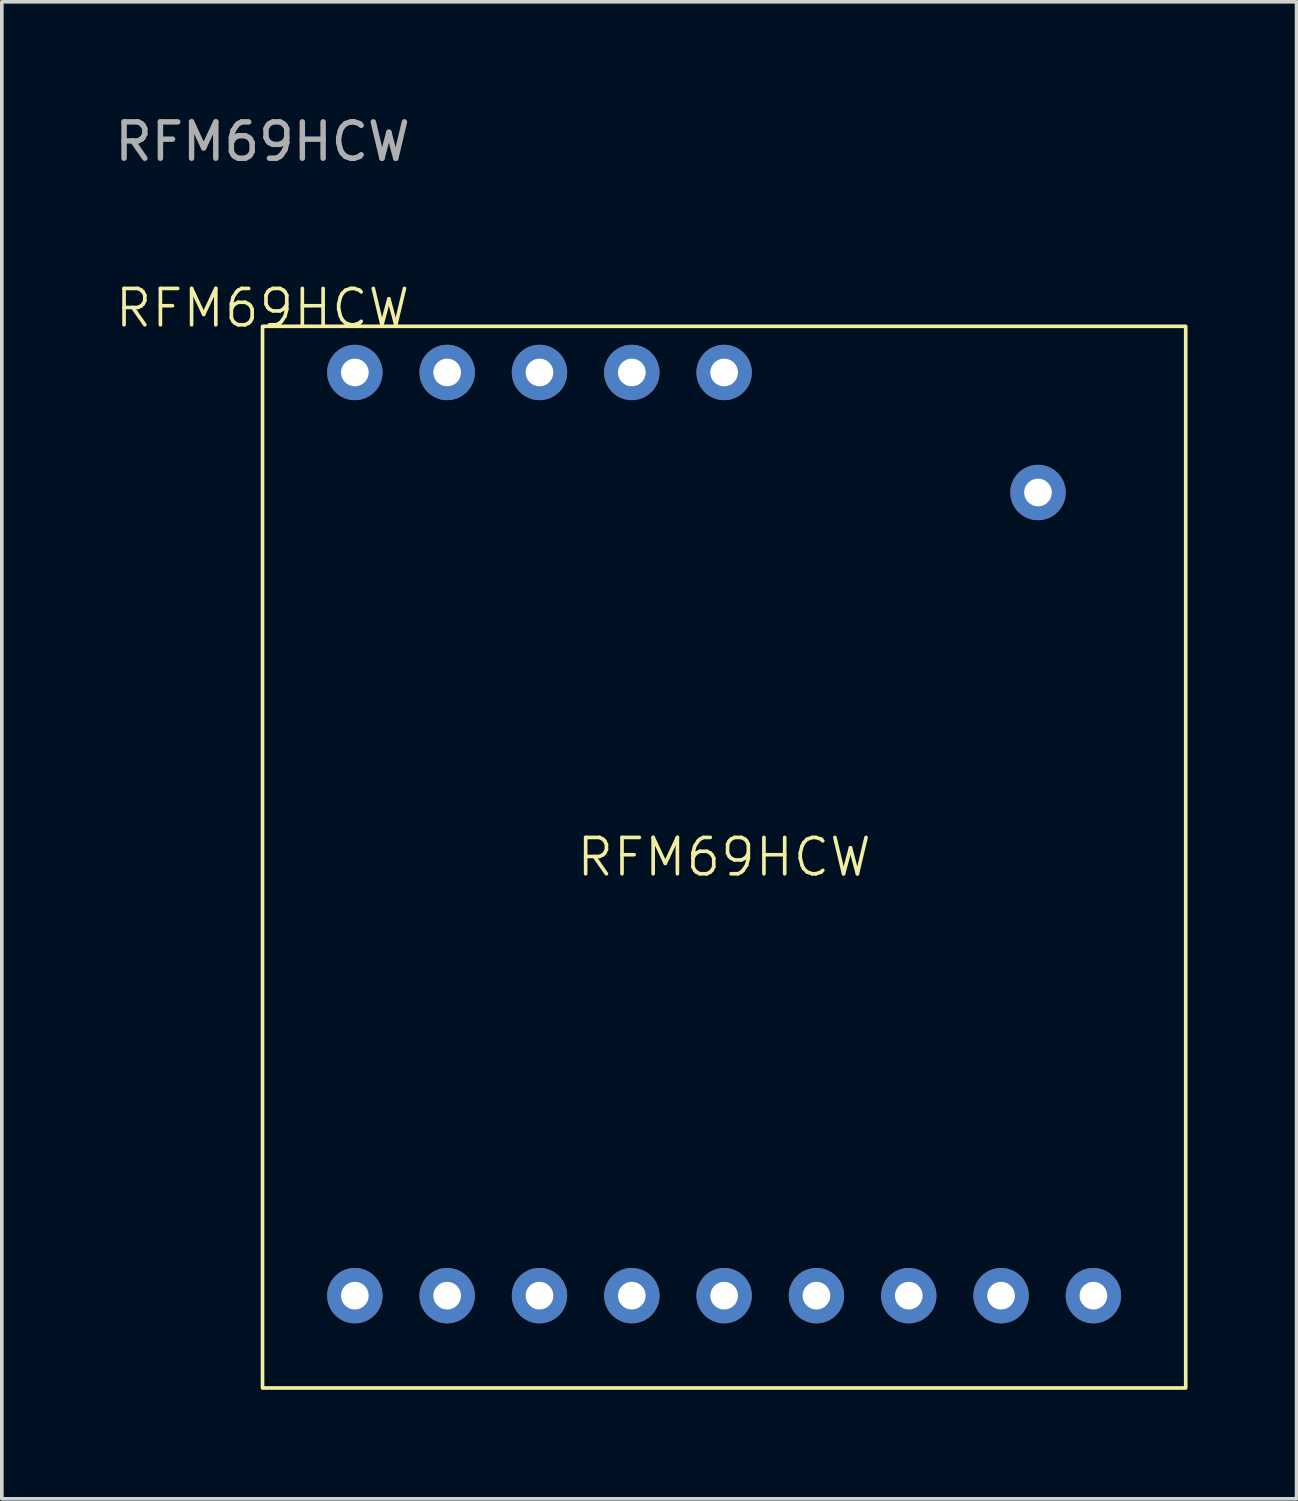
<source format=kicad_pcb>
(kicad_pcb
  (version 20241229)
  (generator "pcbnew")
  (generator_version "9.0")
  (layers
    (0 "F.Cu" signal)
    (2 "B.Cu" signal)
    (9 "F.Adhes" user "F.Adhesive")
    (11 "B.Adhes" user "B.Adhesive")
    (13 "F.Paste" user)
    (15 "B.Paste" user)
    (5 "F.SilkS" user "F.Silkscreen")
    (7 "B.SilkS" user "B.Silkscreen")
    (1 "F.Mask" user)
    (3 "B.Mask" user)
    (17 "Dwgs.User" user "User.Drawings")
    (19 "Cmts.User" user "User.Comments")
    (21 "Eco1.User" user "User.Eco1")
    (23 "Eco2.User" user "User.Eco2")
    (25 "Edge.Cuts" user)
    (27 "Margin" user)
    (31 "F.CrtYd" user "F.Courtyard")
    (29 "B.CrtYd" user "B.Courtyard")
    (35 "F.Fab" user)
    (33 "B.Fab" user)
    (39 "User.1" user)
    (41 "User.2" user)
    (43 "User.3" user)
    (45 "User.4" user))
  (footprint "RFM69HCW"
    (layer "F.Cu")
    (at 4.173 5.928)
    (property "Reference" "RFM69HCW" (at 0 -0.5 0) (unlocked yes) (layer "F.SilkS") (effects (font (size 1 1) (thickness 0.1))))
    (attr through_hole)
    (fp_rect (start 0 0) (end 25.4 29.21) (stroke (width 0.1) (type default)) (fill no) (layer "F.SilkS"))
    (fp_text user "RFM69HCW" (at 12.7 14.605 0) (unlocked yes) (layer "F.SilkS") (effects (font (size 1 1) (thickness 0.1))))
    (fp_text user "${REFERENCE}" (at 0 -5.08 0) (unlocked yes) (layer "F.Fab") (effects (font (size 1 1) (thickness 0.15))))
    (pad "1" thru_hole circle (at 2.54 26.67) (size 1.524 1.524) (drill 0.762) (layers "*.Cu" "*.Mask"))
    (pad "2" thru_hole circle (at 5.08 26.67) (size 1.524 1.524) (drill 0.762) (layers "*.Cu" "*.Mask"))
    (pad "3" thru_hole circle (at 7.62 26.67) (size 1.524 1.524) (drill 0.762) (layers "*.Cu" "*.Mask"))
    (pad "4" thru_hole circle (at 10.16 26.67) (size 1.524 1.524) (drill 0.762) (layers "*.Cu" "*.Mask"))
    (pad "5" thru_hole circle (at 12.7 26.67) (size 1.524 1.524) (drill 0.762) (layers "*.Cu" "*.Mask"))
    (pad "6" thru_hole circle (at 15.24 26.67) (size 1.524 1.524) (drill 0.762) (layers "*.Cu" "*.Mask"))
    (pad "7" thru_hole circle (at 17.78 26.67) (size 1.524 1.524) (drill 0.762) (layers "*.Cu" "*.Mask"))
    (pad "8" thru_hole circle (at 20.32 26.67) (size 1.524 1.524) (drill 0.762) (layers "*.Cu" "*.Mask"))
    (pad "9" thru_hole circle (at 22.86 26.67) (size 1.524 1.524) (drill 0.762) (layers "*.Cu" "*.Mask"))
    (pad "10" thru_hole circle (at 2.54 1.27) (size 1.524 1.524) (drill 0.762) (layers "*.Cu" "*.Mask"))
    (pad "11" thru_hole circle (at 5.08 1.27) (size 1.524 1.524) (drill 0.762) (layers "*.Cu" "*.Mask"))
    (pad "12" thru_hole circle (at 7.62 1.27) (size 1.524 1.524) (drill 0.762) (layers "*.Cu" "*.Mask"))
    (pad "13" thru_hole circle (at 10.16 1.27) (size 1.524 1.524) (drill 0.762) (layers "*.Cu" "*.Mask"))
    (pad "14" thru_hole circle (at 12.7 1.27) (size 1.524 1.524) (drill 0.762) (layers "*.Cu" "*.Mask"))
    (pad "15" thru_hole circle (at 21.336 4.572) (size 1.524 1.524) (drill 0.762) (layers "*.Cu" "*.Mask")))
  (gr_rect
    (start -3 -3)
    (end 32.623 38.188)
    (stroke (width 0.1) (type default))
    (fill no)
    (layer "Edge.Cuts")))
</source>
